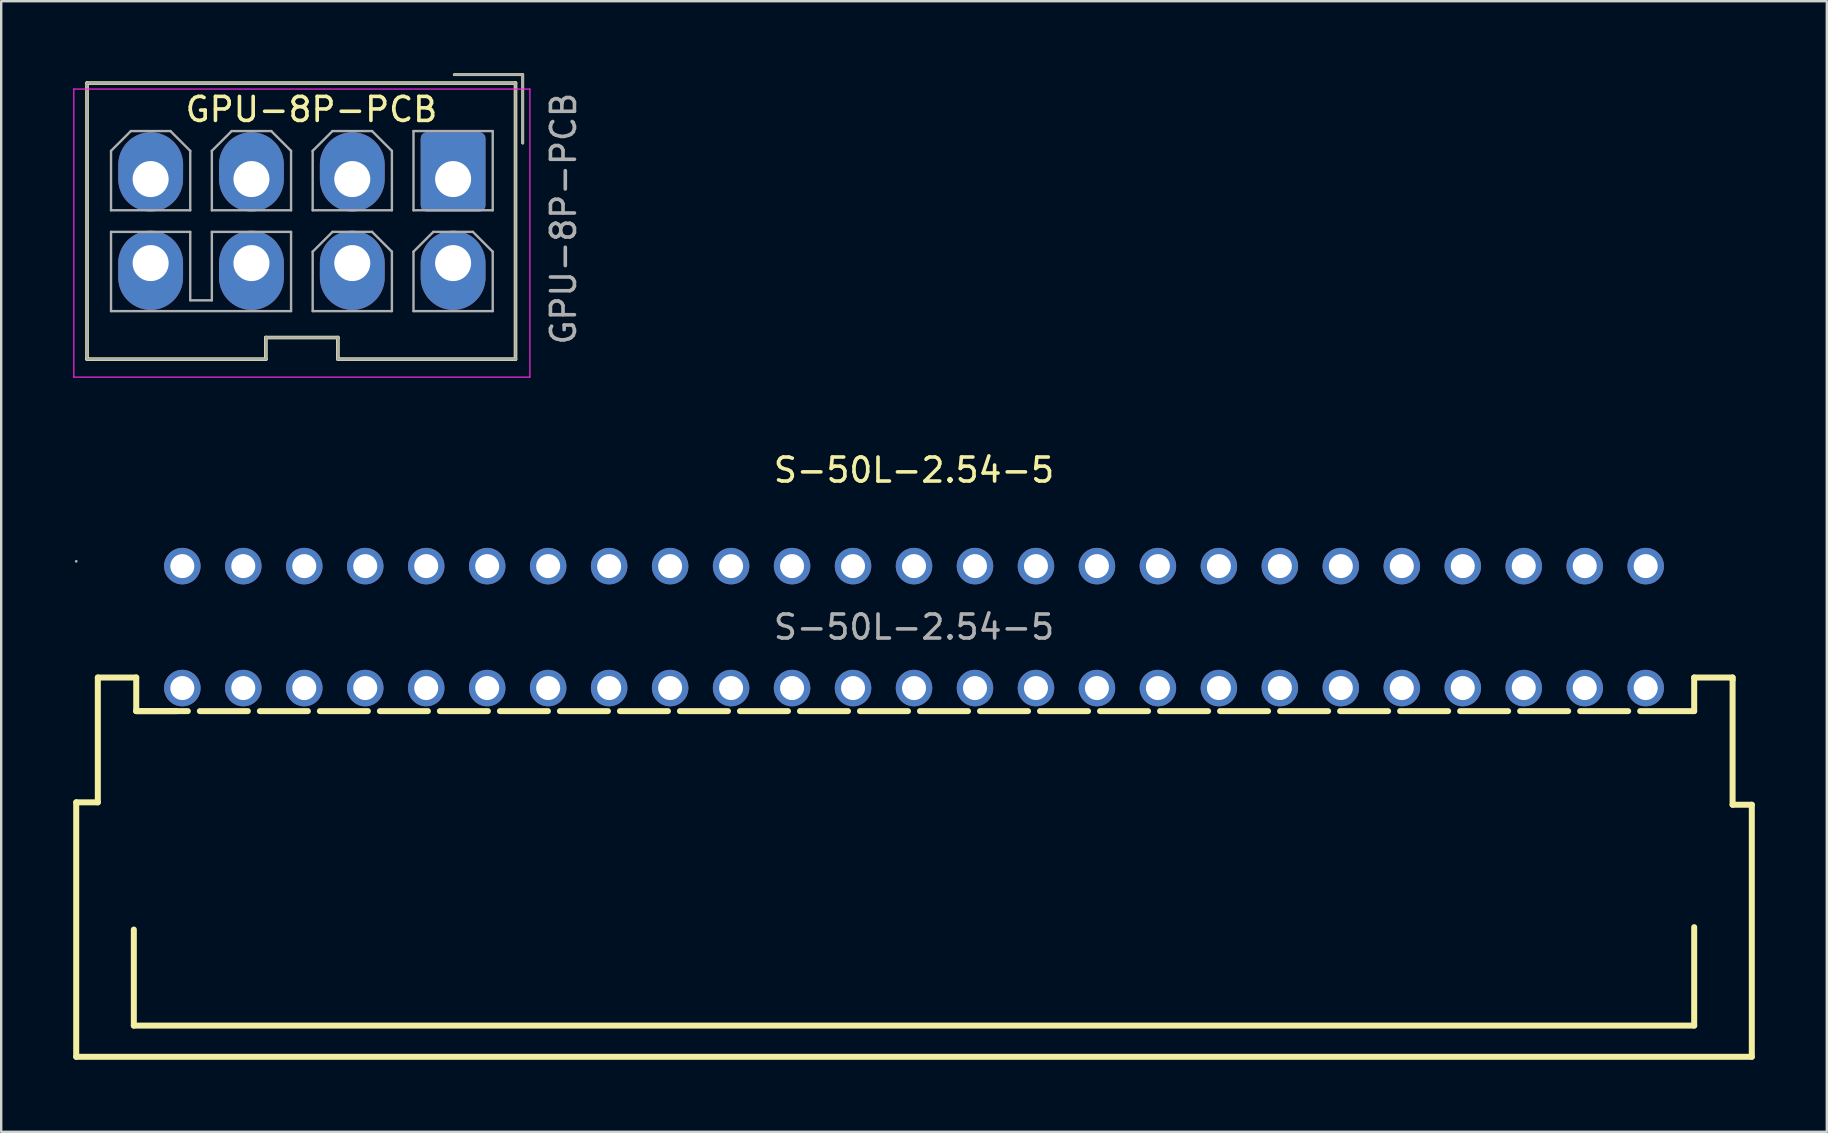
<source format=kicad_pcb>
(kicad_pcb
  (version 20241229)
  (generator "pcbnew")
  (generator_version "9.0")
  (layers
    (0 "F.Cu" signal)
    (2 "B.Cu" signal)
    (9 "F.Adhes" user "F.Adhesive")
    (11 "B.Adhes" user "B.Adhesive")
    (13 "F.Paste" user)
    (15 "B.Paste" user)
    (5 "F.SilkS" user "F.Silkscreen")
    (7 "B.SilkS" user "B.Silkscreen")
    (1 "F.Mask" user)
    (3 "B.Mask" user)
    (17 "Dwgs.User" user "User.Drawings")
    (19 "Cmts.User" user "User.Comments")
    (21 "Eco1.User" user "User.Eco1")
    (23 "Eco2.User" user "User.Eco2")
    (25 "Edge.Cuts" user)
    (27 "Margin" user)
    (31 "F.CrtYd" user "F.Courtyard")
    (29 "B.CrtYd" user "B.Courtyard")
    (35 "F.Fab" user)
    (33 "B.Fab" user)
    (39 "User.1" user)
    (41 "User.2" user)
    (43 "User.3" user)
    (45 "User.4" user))
  (footprint "S-50L-2.54-5"
    (layer "F.Cu")
    (at 35.025 23.073)
    (property "Reference" "S-50L-2.54-5" (at 0 -6.54 0) (layer "F.SilkS") (effects (font (size 1 1) (thickness 0.15))))
    (attr through_hole)
    (fp_line (start -34.9 7.3) (end -34.9 17.9) (stroke (width 0.25) (type solid)) (layer "F.SilkS"))
    (fp_line (start -34.9 17.9) (end 34.9 17.9) (stroke (width 0.25) (type solid)) (layer "F.SilkS"))
    (fp_line (start -34 2.1) (end -34 7.3) (stroke (width 0.25) (type solid)) (layer "F.SilkS"))
    (fp_line (start -34 7.3) (end -34.9 7.3) (stroke (width 0.25) (type solid)) (layer "F.SilkS"))
    (fp_line (start -32.5 12.6) (end -32.5 16.6) (stroke (width 0.25) (type solid)) (layer "F.SilkS"))
    (fp_line (start -32.5 16.6) (end 32.5 16.6) (stroke (width 0.25) (type solid)) (layer "F.SilkS"))
    (fp_line (start -32.4 2.1) (end -34 2.1) (stroke (width 0.25) (type solid)) (layer "F.SilkS"))
    (fp_line (start -32.4 3.5) (end -32.4 2.1) (stroke (width 0.25) (type solid)) (layer "F.SilkS"))
    (fp_line (start -30.7 3.5) (end -32.4 3.5) (stroke (width 0.25) (type solid)) (layer "F.SilkS"))
    (fp_line (start -30.25 3.5) (end -32.4 3.5) (stroke (width 0.25) (type solid)) (layer "F.SilkS"))
    (fp_line (start -27.75 3.5) (end -29.75 3.5) (stroke (width 0.25) (type solid)) (layer "F.SilkS"))
    (fp_line (start -25.25 3.5) (end -27.25 3.5) (stroke (width 0.25) (type solid)) (layer "F.SilkS"))
    (fp_line (start -22.75 3.5) (end -24.75 3.5) (stroke (width 0.25) (type solid)) (layer "F.SilkS"))
    (fp_line (start -20.25 3.5) (end -22.25 3.5) (stroke (width 0.25) (type solid)) (layer "F.SilkS"))
    (fp_line (start -17.75 3.5) (end -19.75 3.5) (stroke (width 0.25) (type solid)) (layer "F.SilkS"))
    (fp_line (start -15.25 3.5) (end -17.25 3.5) (stroke (width 0.25) (type solid)) (layer "F.SilkS"))
    (fp_line (start -12.75 3.5) (end -14.75 3.5) (stroke (width 0.25) (type solid)) (layer "F.SilkS"))
    (fp_line (start -10.25 3.5) (end -12.25 3.5) (stroke (width 0.25) (type solid)) (layer "F.SilkS"))
    (fp_line (start -7.75 3.5) (end -9.75 3.5) (stroke (width 0.25) (type solid)) (layer "F.SilkS"))
    (fp_line (start -5.25 3.5) (end -7.25 3.5) (stroke (width 0.25) (type solid)) (layer "F.SilkS"))
    (fp_line (start -2.75 3.5) (end -4.75 3.5) (stroke (width 0.25) (type solid)) (layer "F.SilkS"))
    (fp_line (start -0.25 3.5) (end -2.25 3.5) (stroke (width 0.25) (type solid)) (layer "F.SilkS"))
    (fp_line (start 2.25 3.5) (end 0.25 3.5) (stroke (width 0.25) (type solid)) (layer "F.SilkS"))
    (fp_line (start 4.75 3.5) (end 2.75 3.5) (stroke (width 0.25) (type solid)) (layer "F.SilkS"))
    (fp_line (start 7.25 3.5) (end 5.25 3.5) (stroke (width 0.25) (type solid)) (layer "F.SilkS"))
    (fp_line (start 9.75 3.5) (end 7.75 3.5) (stroke (width 0.25) (type solid)) (layer "F.SilkS"))
    (fp_line (start 12.25 3.5) (end 10.25 3.5) (stroke (width 0.25) (type solid)) (layer "F.SilkS"))
    (fp_line (start 14.75 3.5) (end 12.75 3.5) (stroke (width 0.25) (type solid)) (layer "F.SilkS"))
    (fp_line (start 17.25 3.5) (end 15.25 3.5) (stroke (width 0.25) (type solid)) (layer "F.SilkS"))
    (fp_line (start 19.75 3.5) (end 17.75 3.5) (stroke (width 0.25) (type solid)) (layer "F.SilkS"))
    (fp_line (start 22.25 3.5) (end 20.25 3.5) (stroke (width 0.25) (type solid)) (layer "F.SilkS"))
    (fp_line (start 24.75 3.5) (end 22.75 3.5) (stroke (width 0.25) (type solid)) (layer "F.SilkS"))
    (fp_line (start 27.25 3.5) (end 25.25 3.5) (stroke (width 0.25) (type solid)) (layer "F.SilkS"))
    (fp_line (start 29.75 3.5) (end 27.75 3.5) (stroke (width 0.25) (type solid)) (layer "F.SilkS"))
    (fp_line (start 32.5 2.1) (end 32.5 3.5) (stroke (width 0.25) (type solid)) (layer "F.SilkS"))
    (fp_line (start 32.5 3.5) (end 30.25 3.5) (stroke (width 0.25) (type solid)) (layer "F.SilkS"))
    (fp_line (start 32.5 16.6) (end 32.5 12.5) (stroke (width 0.25) (type solid)) (layer "F.SilkS"))
    (fp_line (start 34.1 2.1) (end 32.5 2.1) (stroke (width 0.25) (type solid)) (layer "F.SilkS"))
    (fp_line (start 34.1 2.2) (end 34.1 2.1) (stroke (width 0.25) (type solid)) (layer "F.SilkS"))
    (fp_line (start 34.1 7.4) (end 34.1 2.2) (stroke (width 0.25) (type solid)) (layer "F.SilkS"))
    (fp_line (start 34.9 7.4) (end 34.1 7.4) (stroke (width 0.25) (type solid)) (layer "F.SilkS"))
    (fp_line (start 34.9 17.9) (end 34.9 7.4) (stroke (width 0.25) (type solid)) (layer "F.SilkS"))
    (fp_circle (center -34.9 -2.74) (end -34.87 -2.74) (stroke (width 0.06) (type solid)) (fill no) (layer "F.Fab"))
    (fp_text user "${REFERENCE}" (at 0 0 0) (layer "F.Fab") (effects (font (size 1 1) (thickness 0.15))))
    (pad "1" thru_hole circle (at -30.48 -2.54) (size 1.52 1.52) (drill 1) (layers "*.Cu" "*.Mask"))
    (pad "2" thru_hole circle (at -27.94 -2.54) (size 1.52 1.52) (drill 1) (layers "*.Cu" "*.Mask"))
    (pad "3" thru_hole circle (at -25.4 -2.54) (size 1.52 1.52) (drill 1) (layers "*.Cu" "*.Mask"))
    (pad "4" thru_hole circle (at -22.86 -2.54) (size 1.52 1.52) (drill 1) (layers "*.Cu" "*.Mask"))
    (pad "5" thru_hole circle (at -20.32 -2.54) (size 1.52 1.52) (drill 1) (layers "*.Cu" "*.Mask"))
    (pad "6" thru_hole circle (at -17.78 -2.54) (size 1.52 1.52) (drill 1) (layers "*.Cu" "*.Mask"))
    (pad "7" thru_hole circle (at -15.24 -2.54) (size 1.52 1.52) (drill 1) (layers "*.Cu" "*.Mask"))
    (pad "8" thru_hole circle (at -12.7 -2.54) (size 1.52 1.52) (drill 1) (layers "*.Cu" "*.Mask"))
    (pad "9" thru_hole circle (at -10.16 -2.54) (size 1.52 1.52) (drill 1) (layers "*.Cu" "*.Mask"))
    (pad "10" thru_hole circle (at -7.62 -2.54) (size 1.52 1.52) (drill 1) (layers "*.Cu" "*.Mask"))
    (pad "11" thru_hole circle (at -5.08 -2.54) (size 1.52 1.52) (drill 1) (layers "*.Cu" "*.Mask"))
    (pad "12" thru_hole circle (at -2.54 -2.54) (size 1.52 1.52) (drill 1) (layers "*.Cu" "*.Mask"))
    (pad "13" thru_hole circle (at 0 -2.54) (size 1.52 1.52) (drill 1) (layers "*.Cu" "*.Mask"))
    (pad "14" thru_hole circle (at 2.54 -2.54) (size 1.52 1.52) (drill 1) (layers "*.Cu" "*.Mask"))
    (pad "15" thru_hole circle (at 5.08 -2.54) (size 1.52 1.52) (drill 1) (layers "*.Cu" "*.Mask"))
    (pad "16" thru_hole circle (at 7.62 -2.54) (size 1.52 1.52) (drill 1) (layers "*.Cu" "*.Mask"))
    (pad "17" thru_hole circle (at 10.16 -2.54) (size 1.52 1.52) (drill 1) (layers "*.Cu" "*.Mask"))
    (pad "18" thru_hole circle (at 12.7 -2.54) (size 1.52 1.52) (drill 1) (layers "*.Cu" "*.Mask"))
    (pad "19" thru_hole circle (at 15.24 -2.54) (size 1.52 1.52) (drill 1) (layers "*.Cu" "*.Mask"))
    (pad "20" thru_hole circle (at 17.78 -2.54) (size 1.52 1.52) (drill 1) (layers "*.Cu" "*.Mask"))
    (pad "21" thru_hole circle (at 20.32 -2.54) (size 1.52 1.52) (drill 1) (layers "*.Cu" "*.Mask"))
    (pad "22" thru_hole circle (at 22.86 -2.54) (size 1.52 1.52) (drill 1) (layers "*.Cu" "*.Mask"))
    (pad "23" thru_hole circle (at 25.4 -2.54) (size 1.52 1.52) (drill 1) (layers "*.Cu" "*.Mask"))
    (pad "24" thru_hole circle (at 27.94 -2.54) (size 1.52 1.52) (drill 1) (layers "*.Cu" "*.Mask"))
    (pad "25" thru_hole circle (at 30.48 -2.54) (size 1.52 1.52) (drill 1) (layers "*.Cu" "*.Mask"))
    (pad "26" thru_hole circle (at 30.48 2.54) (size 1.52 1.52) (drill 1) (layers "*.Cu" "*.Mask"))
    (pad "27" thru_hole circle (at 27.94 2.54) (size 1.52 1.52) (drill 1) (layers "*.Cu" "*.Mask"))
    (pad "28" thru_hole circle (at 25.4 2.54) (size 1.52 1.52) (drill 1) (layers "*.Cu" "*.Mask"))
    (pad "29" thru_hole circle (at 22.86 2.54) (size 1.52 1.52) (drill 1) (layers "*.Cu" "*.Mask"))
    (pad "30" thru_hole circle (at 20.32 2.54) (size 1.52 1.52) (drill 1) (layers "*.Cu" "*.Mask"))
    (pad "31" thru_hole circle (at 17.78 2.54) (size 1.52 1.52) (drill 1) (layers "*.Cu" "*.Mask"))
    (pad "32" thru_hole circle (at 15.24 2.54) (size 1.52 1.52) (drill 1) (layers "*.Cu" "*.Mask"))
    (pad "33" thru_hole circle (at 12.7 2.54) (size 1.52 1.52) (drill 1) (layers "*.Cu" "*.Mask"))
    (pad "34" thru_hole circle (at 10.16 2.54) (size 1.52 1.52) (drill 1) (layers "*.Cu" "*.Mask"))
    (pad "35" thru_hole circle (at 7.62 2.54) (size 1.52 1.52) (drill 1) (layers "*.Cu" "*.Mask"))
    (pad "36" thru_hole circle (at 5.08 2.54) (size 1.52 1.52) (drill 1) (layers "*.Cu" "*.Mask"))
    (pad "37" thru_hole circle (at 2.54 2.54) (size 1.52 1.52) (drill 1) (layers "*.Cu" "*.Mask"))
    (pad "38" thru_hole circle (at 0 2.54) (size 1.52 1.52) (drill 1) (layers "*.Cu" "*.Mask"))
    (pad "39" thru_hole circle (at -2.54 2.54) (size 1.52 1.52) (drill 1) (layers "*.Cu" "*.Mask"))
    (pad "40" thru_hole circle (at -5.08 2.54) (size 1.52 1.52) (drill 1) (layers "*.Cu" "*.Mask"))
    (pad "41" thru_hole circle (at -7.62 2.54) (size 1.52 1.52) (drill 1) (layers "*.Cu" "*.Mask"))
    (pad "42" thru_hole circle (at -10.16 2.54) (size 1.52 1.52) (drill 1) (layers "*.Cu" "*.Mask"))
    (pad "43" thru_hole circle (at -12.7 2.54) (size 1.52 1.52) (drill 1) (layers "*.Cu" "*.Mask"))
    (pad "44" thru_hole circle (at -15.24 2.54) (size 1.52 1.52) (drill 1) (layers "*.Cu" "*.Mask"))
    (pad "45" thru_hole circle (at -17.78 2.54) (size 1.52 1.52) (drill 1) (layers "*.Cu" "*.Mask"))
    (pad "46" thru_hole circle (at -20.32 2.54) (size 1.52 1.52) (drill 1) (layers "*.Cu" "*.Mask"))
    (pad "47" thru_hole circle (at -22.86 2.54) (size 1.52 1.52) (drill 1) (layers "*.Cu" "*.Mask"))
    (pad "48" thru_hole circle (at -25.4 2.54) (size 1.52 1.52) (drill 1) (layers "*.Cu" "*.Mask"))
    (pad "49" thru_hole circle (at -27.94 2.54) (size 1.52 1.52) (drill 1) (layers "*.Cu" "*.Mask"))
    (pad "50" thru_hole circle (at -30.48 2.54) (size 1.52 1.52) (drill 1) (layers "*.Cu" "*.Mask")))
  (footprint "GPU-8P-PCB"
    (layer "F.Cu")
    (at 15.825 3.41)
    (property "Reference" "GPU-8P-PCB" (at -5.9 -1.9 0) (layer "F.SilkS") (effects (font (size 1 1) (thickness 0.15))))
    (attr through_hole)
    (fp_line (start -15.25 -3) (end 2.6 -3) (stroke (width 0.15) (type default)) (layer "F.SilkS"))
    (fp_line (start -15.25 8.5) (end -15.25 -3) (stroke (width 0.15) (type default)) (layer "F.SilkS"))
    (fp_line (start -15.25 8.5) (end -7.8 8.5) (stroke (width 0.15) (type solid)) (layer "F.SilkS"))
    (fp_line (start -7.8 7.6) (end -4.8 7.6) (stroke (width 0.15) (type default)) (layer "F.SilkS"))
    (fp_line (start -7.8 8.5) (end -7.8 7.6) (stroke (width 0.15) (type default)) (layer "F.SilkS"))
    (fp_line (start -4.8 7.6) (end -4.8 8.5) (stroke (width 0.15) (type default)) (layer "F.SilkS"))
    (fp_line (start -4.8 8.5) (end 2.6 8.5) (stroke (width 0.15) (type default)) (layer "F.SilkS"))
    (fp_line (start 2.6 8.5) (end 2.6 -3) (stroke (width 0.15) (type default)) (layer "F.SilkS"))
    (fp_line (start 2.9 -3.35) (end 0.05 -3.35) (stroke (width 0.12) (type solid)) (layer "F.SilkS"))
    (fp_line (start 2.9 -0.5) (end 2.9 -3.35) (stroke (width 0.12) (type solid)) (layer "F.SilkS"))
    (fp_line (start -15.8 -2.75) (end -15.8 9.25) (stroke (width 0.05) (type solid)) (layer "F.CrtYd"))
    (fp_line (start -15.8 9.25) (end 3.2 9.25) (stroke (width 0.05) (type solid)) (layer "F.CrtYd"))
    (fp_line (start 3.2 -2.75) (end -15.8 -2.75) (stroke (width 0.05) (type solid)) (layer "F.CrtYd"))
    (fp_line (start 3.2 9.25) (end 3.2 -2.75) (stroke (width 0.05) (type solid)) (layer "F.CrtYd"))
    (fp_line (start -15.25 -3) (end 2.6 -3) (stroke (width 0.1) (type solid)) (layer "F.Fab"))
    (fp_line (start -15.25 8.5) (end -15.25 -3) (stroke (width 0.1) (type solid)) (layer "F.Fab"))
    (fp_line (start -15.25 8.5) (end -7.8 8.5) (stroke (width 0.1) (type solid)) (layer "F.Fab"))
    (fp_line (start -14.25 -0.175) (end -13.425 -1) (stroke (width 0.1) (type solid)) (layer "F.Fab"))
    (fp_line (start -14.25 2.3) (end -14.25 -0.175) (stroke (width 0.1) (type solid)) (layer "F.Fab"))
    (fp_line (start -14.25 3.2) (end -14.25 6.5) (stroke (width 0.1) (type solid)) (layer "F.Fab"))
    (fp_line (start -13.425 -1) (end -11.775 -1) (stroke (width 0.1) (type solid)) (layer "F.Fab"))
    (fp_line (start -11.775 -1) (end -10.95 -0.175) (stroke (width 0.1) (type solid)) (layer "F.Fab"))
    (fp_line (start -10.95 -0.175) (end -10.95 2.3) (stroke (width 0.1) (type solid)) (layer "F.Fab"))
    (fp_line (start -10.95 2.3) (end -14.25 2.3) (stroke (width 0.1) (type solid)) (layer "F.Fab"))
    (fp_line (start -10.95 3.2) (end -14.25 3.2) (stroke (width 0.1) (type solid)) (layer "F.Fab"))
    (fp_line (start -10.95 6.05) (end -10.95 3.2) (stroke (width 0.1) (type solid)) (layer "F.Fab"))
    (fp_line (start -10.05 -0.175) (end -9.225 -1) (stroke (width 0.1) (type solid)) (layer "F.Fab"))
    (fp_line (start -10.05 2.3) (end -10.05 -0.175) (stroke (width 0.1) (type solid)) (layer "F.Fab"))
    (fp_line (start -10.05 3.2) (end -10.05 6.05) (stroke (width 0.1) (type solid)) (layer "F.Fab"))
    (fp_line (start -10.05 6.05) (end -10.95 6.05) (stroke (width 0.1) (type default)) (layer "F.Fab"))
    (fp_line (start -9.225 -1) (end -7.575 -1) (stroke (width 0.1) (type solid)) (layer "F.Fab"))
    (fp_line (start -7.8 7.6) (end -4.8 7.6) (stroke (width 0.1) (type solid)) (layer "F.Fab"))
    (fp_line (start -7.8 8.5) (end -7.8 7.6) (stroke (width 0.1) (type solid)) (layer "F.Fab"))
    (fp_line (start -7.575 -1) (end -6.75 -0.175) (stroke (width 0.1) (type solid)) (layer "F.Fab"))
    (fp_line (start -6.75 -0.175) (end -6.75 2.3) (stroke (width 0.1) (type solid)) (layer "F.Fab"))
    (fp_line (start -6.75 2.3) (end -10.05 2.3) (stroke (width 0.1) (type solid)) (layer "F.Fab"))
    (fp_line (start -6.75 3.2) (end -10.05 3.2) (stroke (width 0.1) (type solid)) (layer "F.Fab"))
    (fp_line (start -6.75 6.5) (end -14.25 6.5) (stroke (width 0.1) (type solid)) (layer "F.Fab"))
    (fp_line (start -6.75 6.5) (end -6.75 3.2) (stroke (width 0.1) (type solid)) (layer "F.Fab"))
    (fp_line (start -5.85 -0.175) (end -5.025 -1) (stroke (width 0.1) (type solid)) (layer "F.Fab"))
    (fp_line (start -5.85 2.3) (end -5.85 -0.175) (stroke (width 0.1) (type solid)) (layer "F.Fab"))
    (fp_line (start -5.85 4.025) (end -5.025 3.2) (stroke (width 0.1) (type solid)) (layer "F.Fab"))
    (fp_line (start -5.85 6.5) (end -5.85 4.025) (stroke (width 0.1) (type solid)) (layer "F.Fab"))
    (fp_line (start -5.85 6.5) (end -2.55 6.5) (stroke (width 0.1) (type solid)) (layer "F.Fab"))
    (fp_line (start -5.025 -1) (end -3.375 -1) (stroke (width 0.1) (type solid)) (layer "F.Fab"))
    (fp_line (start -5.025 3.2) (end -3.375 3.2) (stroke (width 0.1) (type solid)) (layer "F.Fab"))
    (fp_line (start -4.8 7.6) (end -4.8 8.5) (stroke (width 0.1) (type solid)) (layer "F.Fab"))
    (fp_line (start -4.8 8.5) (end 2.6 8.5) (stroke (width 0.11) (type solid)) (layer "F.Fab"))
    (fp_line (start -3.375 -1) (end -2.55 -0.175) (stroke (width 0.1) (type solid)) (layer "F.Fab"))
    (fp_line (start -3.375 3.2) (end -2.55 4.025) (stroke (width 0.1) (type solid)) (layer "F.Fab"))
    (fp_line (start -2.55 -0.175) (end -2.55 2.3) (stroke (width 0.1) (type solid)) (layer "F.Fab"))
    (fp_line (start -2.55 2.3) (end -5.85 2.3) (stroke (width 0.1) (type solid)) (layer "F.Fab"))
    (fp_line (start -2.55 4.025) (end -2.55 6.5) (stroke (width 0.1) (type solid)) (layer "F.Fab"))
    (fp_line (start -1.65 -1) (end -1.65 2.3) (stroke (width 0.1) (type solid)) (layer "F.Fab"))
    (fp_line (start -1.65 2.3) (end 1.65 2.3) (stroke (width 0.1) (type solid)) (layer "F.Fab"))
    (fp_line (start -1.65 4.025) (end -0.825 3.2) (stroke (width 0.1) (type solid)) (layer "F.Fab"))
    (fp_line (start -1.65 6.5) (end -1.65 4.025) (stroke (width 0.1) (type solid)) (layer "F.Fab"))
    (fp_line (start -0.825 3.2) (end 0.825 3.2) (stroke (width 0.1) (type solid)) (layer "F.Fab"))
    (fp_line (start 0.825 3.2) (end 1.65 4.025) (stroke (width 0.1) (type solid)) (layer "F.Fab"))
    (fp_line (start 1.65 -1) (end -1.65 -1) (stroke (width 0.1) (type solid)) (layer "F.Fab"))
    (fp_line (start 1.65 2.3) (end 1.65 -1) (stroke (width 0.1) (type solid)) (layer "F.Fab"))
    (fp_line (start 1.65 4.025) (end 1.65 6.5) (stroke (width 0.1) (type solid)) (layer "F.Fab"))
    (fp_line (start 1.65 6.5) (end -1.65 6.5) (stroke (width 0.1) (type solid)) (layer "F.Fab"))
    (fp_line (start 2.6 8.5) (end 2.6 -3) (stroke (width 0.1) (type solid)) (layer "F.Fab"))
    (fp_line (start 2.9 -3.35) (end 0.05 -3.35) (stroke (width 0.1) (type solid)) (layer "F.Fab"))
    (fp_line (start 2.9 -0.5) (end 2.9 -3.35) (stroke (width 0.1) (type solid)) (layer "F.Fab"))
    (fp_text user "${REFERENCE}" (at 4.6 2.65 270) (layer "F.Fab") (effects (font (size 1 1) (thickness 0.15))))
    (pad "1" thru_hole roundrect (at 0 1) (size 2.7 3.3) (drill 1.5 (offset 0 -0.3)) (layers "*.Cu" "*.Mask") (roundrect_rratio 0.093))
    (pad "2" thru_hole oval (at -4.2 1) (size 2.7 3.3) (drill 1.5 (offset 0 -0.3)) (layers "*.Cu" "*.Mask"))
    (pad "3" thru_hole oval (at -8.4 1) (size 2.7 3.3) (drill 1.5 (offset 0 -0.3)) (layers "*.Cu" "*.Mask"))
    (pad "4" thru_hole oval (at -12.6 1 359.7) (size 2.7 3.3) (drill 1.5 (offset 0 -0.3)) (layers "*.Cu" "*.Mask"))
    (pad "5" thru_hole oval (at 0 4.5) (size 2.7 3.3) (drill 1.5 (offset 0 0.3)) (layers "*.Cu" "*.Mask"))
    (pad "6" thru_hole oval (at -4.2 4.5) (size 2.7 3.3) (drill 1.5 (offset 0 0.3)) (layers "*.Cu" "*.Mask"))
    (pad "7" thru_hole oval (at -8.4 4.5) (size 2.7 3.3) (drill 1.5 (offset 0 0.3)) (layers "*.Cu" "*.Mask"))
    (pad "8" thru_hole oval (at -12.6 4.5) (size 2.7 3.3) (drill 1.5 (offset 0 0.3)) (layers "*.Cu" "*.Mask")))
  (gr_rect
    (start -3 -3)
    (end 73.05 44.098)
    (stroke (width 0.1) (type default))
    (fill no)
    (layer "Edge.Cuts")))
</source>
